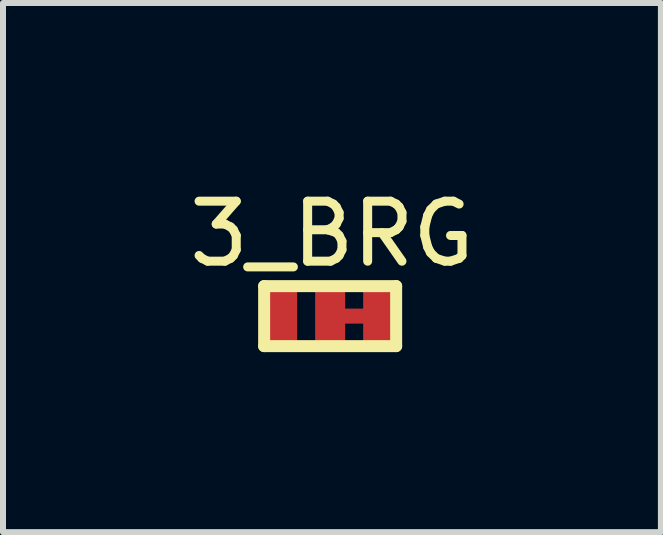
<source format=kicad_pcb>
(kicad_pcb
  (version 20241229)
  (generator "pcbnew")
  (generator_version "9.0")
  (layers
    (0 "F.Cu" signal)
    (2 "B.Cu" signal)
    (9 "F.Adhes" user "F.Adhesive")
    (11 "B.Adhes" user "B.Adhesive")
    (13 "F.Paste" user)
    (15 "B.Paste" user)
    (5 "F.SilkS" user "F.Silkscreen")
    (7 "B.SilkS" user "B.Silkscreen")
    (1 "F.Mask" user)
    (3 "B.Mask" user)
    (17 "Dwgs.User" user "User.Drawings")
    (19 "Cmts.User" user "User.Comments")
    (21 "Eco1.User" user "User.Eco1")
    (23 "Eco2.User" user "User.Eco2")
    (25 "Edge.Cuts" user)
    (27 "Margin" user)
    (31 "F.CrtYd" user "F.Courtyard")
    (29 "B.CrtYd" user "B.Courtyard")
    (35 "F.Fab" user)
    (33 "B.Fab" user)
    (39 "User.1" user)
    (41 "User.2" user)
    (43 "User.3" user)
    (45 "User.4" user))
  (footprint "3_BRG"
    (layer "F.Cu")
    (at 2.452 2.218)
    (property "Reference" "3_BRG" (at 0.03 -1.37 0) (layer "F.SilkS") (effects (font (size 1 1) (thickness 0.15))))
    (attr smd)
    (fp_line (start -1.1 -0.5) (end -1.1 0.5) (stroke (width 0.2) (type solid)) (layer "F.SilkS"))
    (fp_line (start -1.1 -0.5) (end 1.1 -0.5) (stroke (width 0.2) (type solid)) (layer "F.SilkS"))
    (fp_line (start -1.1 0.5) (end 1.1 0.5) (stroke (width 0.2) (type solid)) (layer "F.SilkS"))
    (fp_line (start 1.1 -0.5) (end 1.1 0.5) (stroke (width 0.2) (type solid)) (layer "F.SilkS"))
    (pad "1" smd rect (at -0.8 0) (size 0.5 0.9) (layers "F.Cu" "F.Mask" "F.Paste"))
    (pad "2" smd rect (at 0 0) (size 0.5 0.9) (layers "F.Cu" "F.Mask" "F.Paste"))
    (pad "2" smd rect (at 0.4 0 90) (size 0.25 0.9) (layers "F.Cu" "F.Mask" "F.Paste"))
    (pad "2" smd rect (at 0.8 0) (size 0.5 0.9) (layers "F.Cu" "F.Mask" "F.Paste")))
  (gr_rect
    (start -3 -3)
    (end 7.964 5.818)
    (stroke (width 0.1) (type default))
    (fill no)
    (layer "Edge.Cuts")))
</source>
